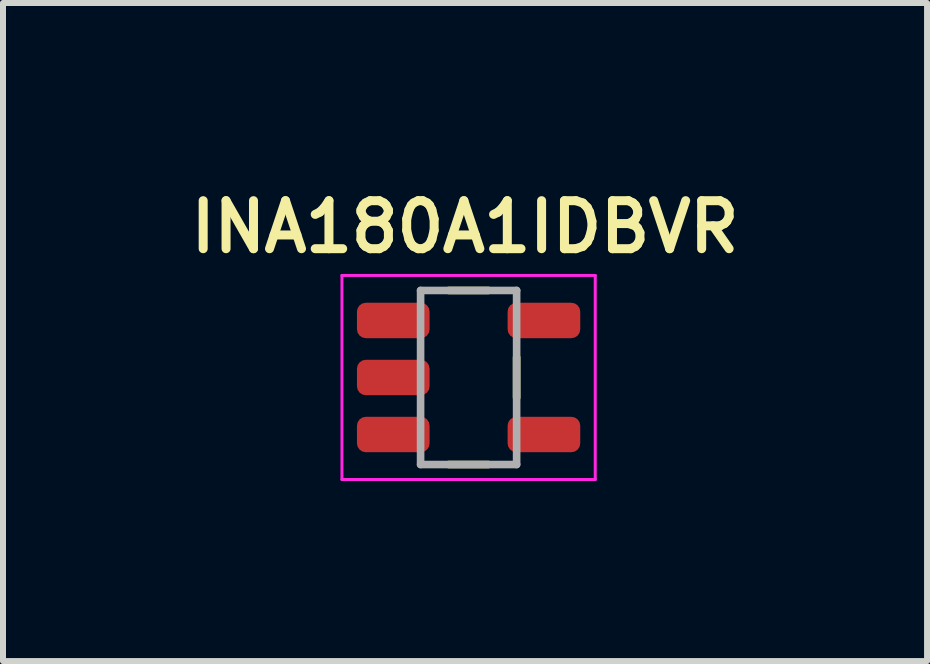
<source format=kicad_pcb>
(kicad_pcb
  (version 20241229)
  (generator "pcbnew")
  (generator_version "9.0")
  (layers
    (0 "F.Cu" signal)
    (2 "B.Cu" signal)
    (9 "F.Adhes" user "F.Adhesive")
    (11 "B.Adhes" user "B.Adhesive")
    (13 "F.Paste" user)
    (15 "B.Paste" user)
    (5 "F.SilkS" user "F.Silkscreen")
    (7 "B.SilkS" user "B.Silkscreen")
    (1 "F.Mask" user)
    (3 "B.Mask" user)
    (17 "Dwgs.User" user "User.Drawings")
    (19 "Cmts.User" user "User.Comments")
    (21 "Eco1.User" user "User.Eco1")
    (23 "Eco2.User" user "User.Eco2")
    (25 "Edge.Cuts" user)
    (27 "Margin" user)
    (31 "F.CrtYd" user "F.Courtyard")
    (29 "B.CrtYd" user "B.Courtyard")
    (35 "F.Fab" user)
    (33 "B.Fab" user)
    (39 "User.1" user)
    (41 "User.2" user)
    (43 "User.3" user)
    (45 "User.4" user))
  (footprint "INA180A1IDBVR"
    (layer "F.Cu")
    (at 4.757 3.239)
    (property "Reference" "INA180A1IDBVR" (at -0.06 -2.508 0) (layer "F.SilkS") (effects (font (size 0.8 0.8) (thickness 0.15))))
    (attr smd)
    (fp_line (start -0.33 -1.45) (end 0.33 -1.45) (stroke (width 0.127) (type solid)) (layer "F.SilkS"))
    (fp_line (start 0.33 1.45) (end -0.33 1.45) (stroke (width 0.127) (type solid)) (layer "F.SilkS"))
    (fp_line (start 0.8 -0.335) (end 0.8 0.335) (stroke (width 0.127) (type solid)) (layer "F.SilkS"))
    (fp_line (start -2.11 -1.7) (end 2.11 -1.7) (stroke (width 0.05) (type solid)) (layer "F.CrtYd"))
    (fp_line (start -2.11 1.7) (end -2.11 -1.7) (stroke (width 0.05) (type solid)) (layer "F.CrtYd"))
    (fp_line (start 2.11 -1.7) (end 2.11 1.7) (stroke (width 0.05) (type solid)) (layer "F.CrtYd"))
    (fp_line (start 2.11 1.7) (end -2.11 1.7) (stroke (width 0.05) (type solid)) (layer "F.CrtYd"))
    (fp_line (start -0.8 -1.45) (end 0.8 -1.45) (stroke (width 0.127) (type solid)) (layer "F.Fab"))
    (fp_line (start -0.8 1.45) (end -0.8 -1.45) (stroke (width 0.127) (type solid)) (layer "F.Fab"))
    (fp_line (start 0.8 -1.45) (end 0.8 1.45) (stroke (width 0.127) (type solid)) (layer "F.Fab"))
    (fp_line (start 0.8 1.45) (end -0.8 1.45) (stroke (width 0.127) (type solid)) (layer "F.Fab"))
    (pad "1" smd roundrect (at -1.255 -0.95) (size 1.21 0.59) (layers "F.Cu" "F.Mask" "F.Paste") (roundrect_rratio 0.25))
    (pad "2" smd roundrect (at -1.255 0) (size 1.21 0.59) (layers "F.Cu" "F.Mask" "F.Paste") (roundrect_rratio 0.25))
    (pad "3" smd roundrect (at -1.255 0.95) (size 1.21 0.59) (layers "F.Cu" "F.Mask" "F.Paste") (roundrect_rratio 0.25))
    (pad "4" smd roundrect (at 1.255 0.95) (size 1.21 0.59) (layers "F.Cu" "F.Mask" "F.Paste") (roundrect_rratio 0.25))
    (pad "5" smd roundrect (at 1.255 -0.95) (size 1.21 0.59) (layers "F.Cu" "F.Mask" "F.Paste") (roundrect_rratio 0.25)))
  (gr_rect
    (start -3 -3)
    (end 12.395 7.964)
    (stroke (width 0.1) (type default))
    (fill no)
    (layer "Edge.Cuts")))
</source>
